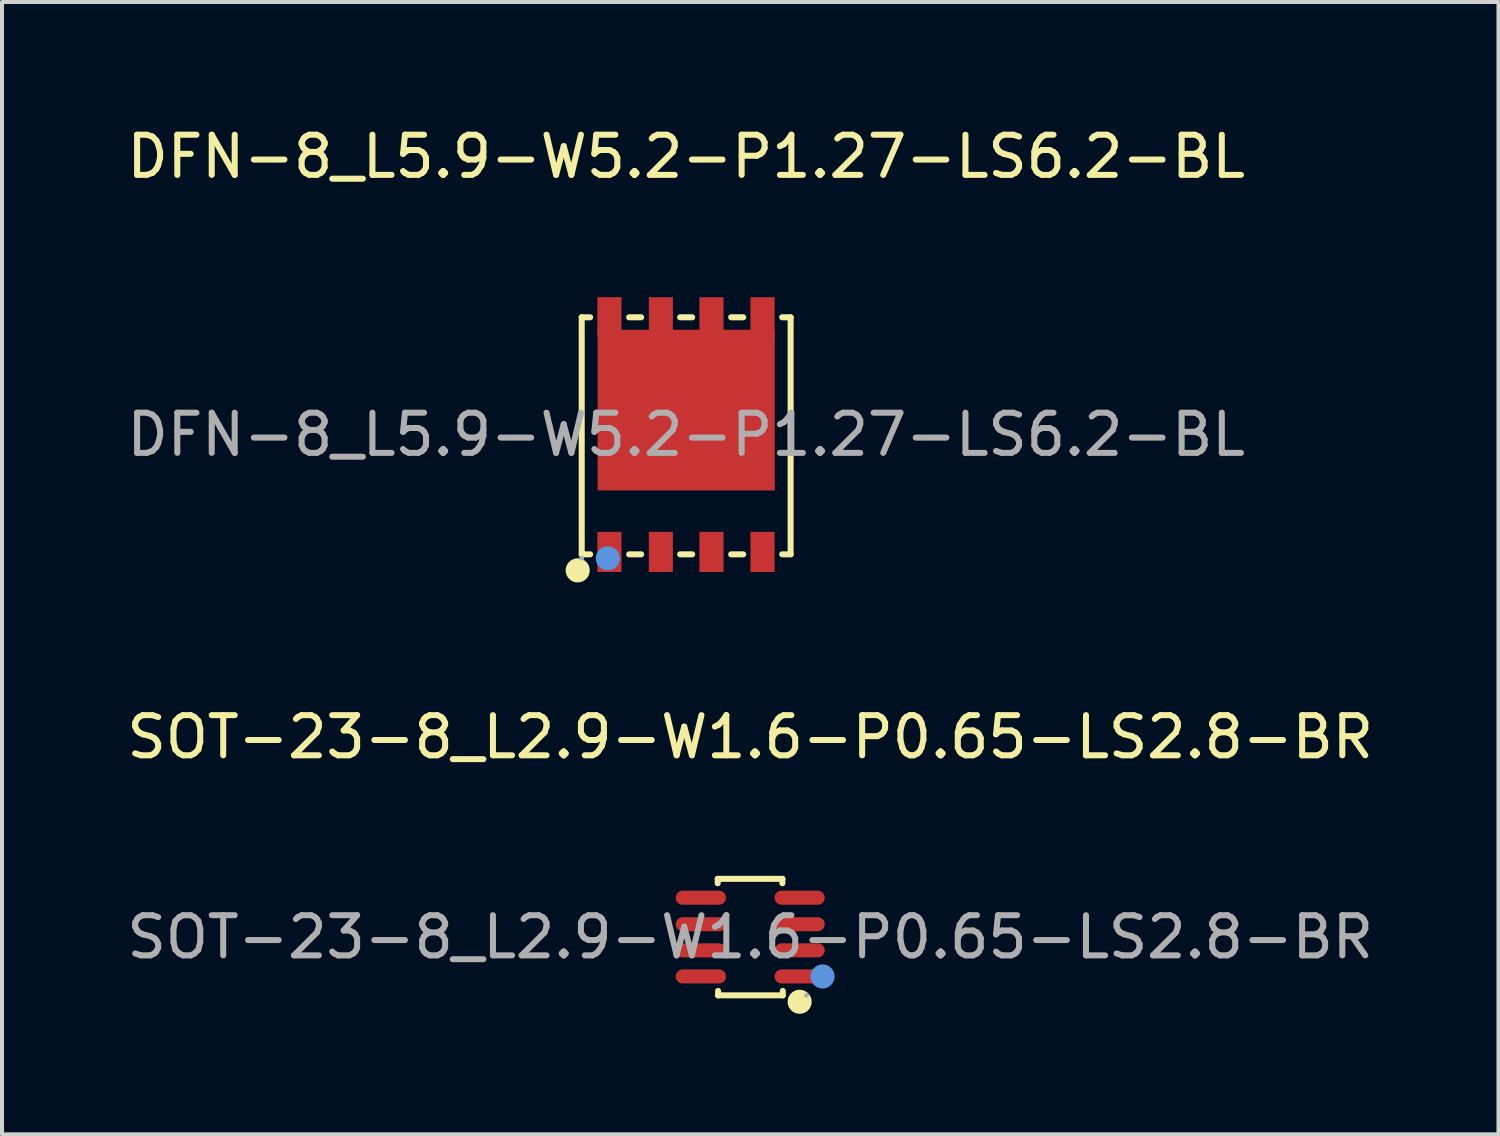
<source format=kicad_pcb>
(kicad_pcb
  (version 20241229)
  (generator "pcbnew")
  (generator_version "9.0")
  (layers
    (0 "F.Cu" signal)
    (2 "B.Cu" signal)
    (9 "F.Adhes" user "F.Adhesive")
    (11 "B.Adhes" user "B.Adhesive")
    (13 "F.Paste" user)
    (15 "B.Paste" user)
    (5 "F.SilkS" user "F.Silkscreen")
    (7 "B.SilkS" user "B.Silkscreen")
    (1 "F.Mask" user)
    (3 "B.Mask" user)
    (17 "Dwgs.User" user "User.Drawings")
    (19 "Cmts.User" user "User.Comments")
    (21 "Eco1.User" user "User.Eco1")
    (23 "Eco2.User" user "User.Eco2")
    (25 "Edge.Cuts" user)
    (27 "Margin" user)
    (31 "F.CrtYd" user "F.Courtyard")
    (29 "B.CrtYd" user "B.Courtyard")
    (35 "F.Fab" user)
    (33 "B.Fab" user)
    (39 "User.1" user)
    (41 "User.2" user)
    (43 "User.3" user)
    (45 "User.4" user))
  (footprint "DFN-8_L5.9-W5.2-P1.27-LS6.2-BL"
    (layer "F.Cu")
    (at 14.03 7.768)
    (property "Reference" "DFN-8_L5.9-W5.2-P1.27-LS6.2-BL" (at 0 -6.92 0) (layer "F.SilkS") (effects (font (size 1 1) (thickness 0.15))))
    (attr smd)
    (fp_line (start -2.6 -2.92) (end -2.39 -2.92) (stroke (width 0.15) (type solid)) (layer "F.SilkS"))
    (fp_line (start -2.6 2.98) (end -2.6 -2.92) (stroke (width 0.15) (type solid)) (layer "F.SilkS"))
    (fp_line (start -2.39 2.98) (end -2.6 2.98) (stroke (width 0.15) (type solid)) (layer "F.SilkS"))
    (fp_line (start -1.42 -2.92) (end -1.12 -2.92) (stroke (width 0.15) (type solid)) (layer "F.SilkS"))
    (fp_line (start -1.12 2.98) (end -1.42 2.98) (stroke (width 0.15) (type solid)) (layer "F.SilkS"))
    (fp_line (start -0.15 -2.92) (end 0.15 -2.92) (stroke (width 0.15) (type solid)) (layer "F.SilkS"))
    (fp_line (start 0.15 2.98) (end -0.15 2.98) (stroke (width 0.15) (type solid)) (layer "F.SilkS"))
    (fp_line (start 1.12 -2.92) (end 1.42 -2.92) (stroke (width 0.15) (type solid)) (layer "F.SilkS"))
    (fp_line (start 1.42 2.98) (end 1.12 2.98) (stroke (width 0.15) (type solid)) (layer "F.SilkS"))
    (fp_line (start 2.39 -2.92) (end 2.6 -2.92) (stroke (width 0.15) (type solid)) (layer "F.SilkS"))
    (fp_line (start 2.6 -2.92) (end 2.6 2.98) (stroke (width 0.15) (type solid)) (layer "F.SilkS"))
    (fp_line (start 2.6 2.98) (end 2.39 2.98) (stroke (width 0.15) (type solid)) (layer "F.SilkS"))
    (fp_circle (center -2.7 3.38) (end -2.55 3.38) (stroke (width 0.3) (type solid)) (fill no) (layer "F.SilkS"))
    (fp_circle (center -1.95 3.08) (end -1.8 3.08) (stroke (width 0.3) (type solid)) (fill no) (layer "Cmts.User"))
    (fp_circle (center -2.6 3.08) (end -2.57 3.08) (stroke (width 0.06) (type solid)) (fill no) (layer "F.Fab"))
    (fp_text user "${REFERENCE}" (at 0 0 0) (layer "F.Fab") (effects (font (size 1 1) (thickness 0.15))))
    (pad "1" smd rect (at -1.91 2.92) (size 0.6 1) (layers "F.Cu" "F.Mask" "F.Paste"))
    (pad "2" smd rect (at -0.63 2.92) (size 0.6 1) (layers "F.Cu" "F.Mask" "F.Paste"))
    (pad "3" smd rect (at 0.63 2.92) (size 0.6 1) (layers "F.Cu" "F.Mask" "F.Paste"))
    (pad "4" smd rect (at 1.9 2.92) (size 0.6 1) (layers "F.Cu" "F.Mask" "F.Paste"))
    (pad "5" smd rect (at 1.9 -2.92) (size 0.6 1) (layers "F.Cu" "F.Mask" "F.Paste"))
    (pad "6" smd rect (at 0.63 -2.92) (size 0.6 1) (layers "F.Cu" "F.Mask" "F.Paste"))
    (pad "7" smd rect (at -0.63 -2.92) (size 0.6 1) (layers "F.Cu" "F.Mask" "F.Paste"))
    (pad "8" smd rect (at -1.91 -2.92) (size 0.6 1) (layers "F.Cu" "F.Mask" "F.Paste"))
    (pad "9" smd rect (at 0 -0.61) (size 4.41 4) (layers "F.Cu" "F.Mask" "F.Paste")))
  (footprint "SOT-23-8_L2.9-W1.6-P0.65-LS2.8-BR"
    (layer "F.Cu")
    (at 15.625 20.276)
    (property "Reference" "SOT-23-8_L2.9-W1.6-P0.65-LS2.8-BR" (at 0 -4.98 0) (layer "F.SilkS") (effects (font (size 1 1) (thickness 0.15))))
    (attr smd)
    (fp_line (start -0.81 -1.45) (end 0.8 -1.45) (stroke (width 0.15) (type solid)) (layer "F.SilkS"))
    (fp_line (start -0.81 -1.34) (end -0.81 -1.45) (stroke (width 0.15) (type solid)) (layer "F.SilkS"))
    (fp_line (start -0.8 1.45) (end -0.8 1.34) (stroke (width 0.15) (type solid)) (layer "F.SilkS"))
    (fp_line (start 0.8 -1.45) (end 0.8 -1.34) (stroke (width 0.15) (type solid)) (layer "F.SilkS"))
    (fp_line (start 0.81 1.34) (end 0.81 1.45) (stroke (width 0.15) (type solid)) (layer "F.SilkS"))
    (fp_line (start 0.81 1.45) (end -0.8 1.45) (stroke (width 0.15) (type solid)) (layer "F.SilkS"))
    (fp_circle (center 1.23 1.61) (end 1.38 1.61) (stroke (width 0.3) (type solid)) (fill no) (layer "F.SilkS"))
    (fp_circle (center 1.8 0.98) (end 1.95 0.98) (stroke (width 0.3) (type solid)) (fill no) (layer "Cmts.User"))
    (fp_circle (center 1.4 1.45) (end 1.43 1.45) (stroke (width 0.06) (type solid)) (fill no) (layer "F.Fab"))
    (fp_text user "${REFERENCE}" (at 0 0 0) (layer "F.Fab") (effects (font (size 1 1) (thickness 0.15))))
    (pad "1" smd oval (at 1.23 0.98) (size 1.25 0.35) (layers "F.Cu" "F.Mask" "F.Paste"))
    (pad "2" smd oval (at 1.23 0.33) (size 1.25 0.35) (layers "F.Cu" "F.Mask" "F.Paste"))
    (pad "3" smd oval (at 1.23 -0.32) (size 1.25 0.35) (layers "F.Cu" "F.Mask" "F.Paste"))
    (pad "4" smd oval (at 1.23 -0.98) (size 1.25 0.35) (layers "F.Cu" "F.Mask" "F.Paste"))
    (pad "5" smd oval (at -1.23 -0.98) (size 1.25 0.35) (layers "F.Cu" "F.Mask" "F.Paste"))
    (pad "6" smd oval (at -1.23 -0.32) (size 1.25 0.35) (layers "F.Cu" "F.Mask" "F.Paste"))
    (pad "7" smd oval (at -1.23 0.33) (size 1.25 0.35) (layers "F.Cu" "F.Mask" "F.Paste"))
    (pad "8" smd oval (at -1.23 0.98) (size 1.25 0.35) (layers "F.Cu" "F.Mask" "F.Paste")))
  (gr_rect
    (start -3 -3)
    (end 34.25 25.186)
    (stroke (width 0.1) (type default))
    (fill no)
    (layer "Edge.Cuts")))
</source>
